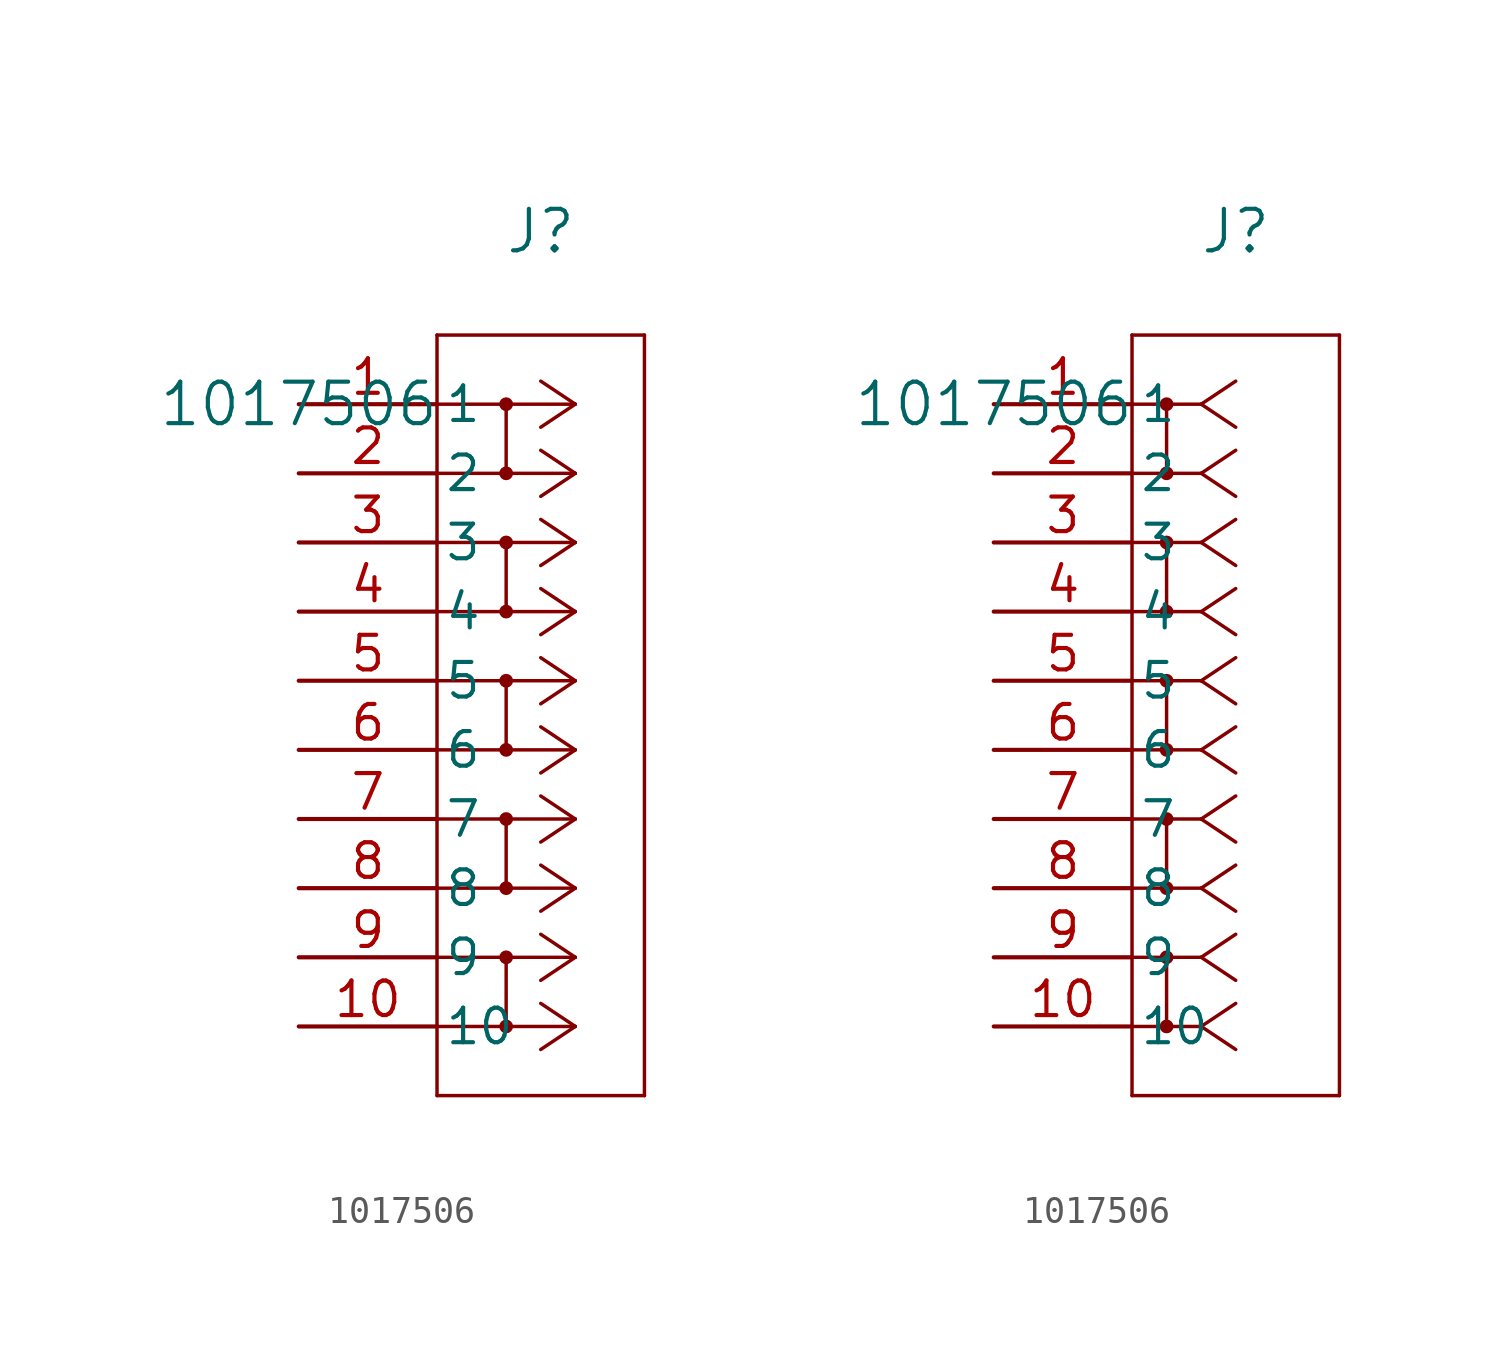
<source format=kicad_sym>
(kicad_symbol_lib
  (version 20211014)
  (generator kicad_symbol_editor)
  (symbol "1017506"
    (pin_names
      (offset 0.254))
    (property "Reference" "J"
      (at 8.89 6.35 0)
      (effects (font (size 1.524 1.524))))
    (property "Value" "1017506"
      (at 0 0 0)
      (effects (font (size 1.524 1.524))))
    (symbol "1017506_1_1"
      (polyline (pts (xy 10.16 0) (xy 5.08 0)) (stroke (width 0.127) (type default) (color 0 0 0 0)) (fill (type none)))
      (polyline (pts (xy 10.16 -2.54) (xy 5.08 -2.54)) (stroke (width 0.127) (type default) (color 0 0 0 0)) (fill (type none)))
      (polyline (pts (xy 7.62 0) (xy 7.62 -2.54)) (stroke (width 0.127) (type default) (color 0 0 0 0)) (fill (type none)))
      (circle (center 7.62 -2.54) (radius 0.127) (stroke (width 0.254) (type default) (color 0 0 0 0)) (fill (type none)))
      (circle (center 7.62 0) (radius 0.127) (stroke (width 0.254) (type default) (color 0 0 0 0)) (fill (type none)))
      (polyline (pts (xy 10.16 -5.08) (xy 5.08 -5.08)) (stroke (width 0.127) (type default) (color 0 0 0 0)) (fill (type none)))
      (polyline (pts (xy 10.16 -7.62) (xy 5.08 -7.62)) (stroke (width 0.127) (type default) (color 0 0 0 0)) (fill (type none)))
      (polyline (pts (xy 7.62 -5.08) (xy 7.62 -7.62)) (stroke (width 0.127) (type default) (color 0 0 0 0)) (fill (type none)))
      (circle (center 7.62 -7.62) (radius 0.127) (stroke (width 0.254) (type default) (color 0 0 0 0)) (fill (type none)))
      (circle (center 7.62 -5.08) (radius 0.127) (stroke (width 0.254) (type default) (color 0 0 0 0)) (fill (type none)))
      (polyline (pts (xy 10.16 0) (xy 8.89 0.847)) (stroke (width 0.127) (type default) (color 0 0 0 0)) (fill (type none)))
      (polyline (pts (xy 10.16 -2.54) (xy 8.89 -1.693)) (stroke (width 0.127) (type default) (color 0 0 0 0)) (fill (type none)))
      (polyline (pts (xy 10.16 -5.08) (xy 8.89 -4.233)) (stroke (width 0.127) (type default) (color 0 0 0 0)) (fill (type none)))
      (polyline (pts (xy 10.16 -7.62) (xy 8.89 -6.773)) (stroke (width 0.127) (type default) (color 0 0 0 0)) (fill (type none)))
      (polyline (pts (xy 10.16 -5.08) (xy 8.89 -5.927)) (stroke (width 0.127) (type default) (color 0 0 0 0)) (fill (type none)))
      (polyline (pts (xy 10.16 -7.62) (xy 8.89 -8.467)) (stroke (width 0.127) (type default) (color 0 0 0 0)) (fill (type none)))
      (polyline (pts (xy 10.16 -10.16) (xy 5.08 -10.16)) (stroke (width 0.127) (type default) (color 0 0 0 0)) (fill (type none)))
      (polyline (pts (xy 10.16 -12.7) (xy 5.08 -12.7)) (stroke (width 0.127) (type default) (color 0 0 0 0)) (fill (type none)))
      (polyline (pts (xy 7.62 -10.16) (xy 7.62 -12.7)) (stroke (width 0.127) (type default) (color 0 0 0 0)) (fill (type none)))
      (circle (center 7.62 -12.7) (radius 0.127) (stroke (width 0.254) (type default) (color 0 0 0 0)) (fill (type none)))
      (polyline (pts (xy 10.16 0) (xy 8.89 -0.847)) (stroke (width 0.127) (type default) (color 0 0 0 0)) (fill (type none)))
      (polyline (pts (xy 10.16 -2.54) (xy 8.89 -3.387)) (stroke (width 0.127) (type default) (color 0 0 0 0)) (fill (type none)))
      (circle (center 7.62 -10.16) (radius 0.127) (stroke (width 0.254) (type default) (color 0 0 0 0)) (fill (type none)))
      (polyline (pts (xy 10.16 -15.24) (xy 5.08 -15.24)) (stroke (width 0.127) (type default) (color 0 0 0 0)) (fill (type none)))
      (polyline (pts (xy 10.16 -17.78) (xy 5.08 -17.78)) (stroke (width 0.127) (type default) (color 0 0 0 0)) (fill (type none)))
      (polyline (pts (xy 7.62 -15.24) (xy 7.62 -17.78)) (stroke (width 0.127) (type default) (color 0 0 0 0)) (fill (type none)))
      (circle (center 7.62 -17.78) (radius 0.127) (stroke (width 0.254) (type default) (color 0 0 0 0)) (fill (type none)))
      (circle (center 7.62 -15.24) (radius 0.127) (stroke (width 0.254) (type default) (color 0 0 0 0)) (fill (type none)))
      (polyline (pts (xy 10.16 -10.16) (xy 8.89 -9.313)) (stroke (width 0.127) (type default) (color 0 0 0 0)) (fill (type none)))
      (polyline (pts (xy 10.16 -12.7) (xy 8.89 -11.853)) (stroke (width 0.127) (type default) (color 0 0 0 0)) (fill (type none)))
      (polyline (pts (xy 5.08 2.54) (xy 5.08 -25.4)) (stroke (width 0.127) (type default) (color 0 0 0 0)) (fill (type none)))
      (polyline (pts (xy 5.08 -25.4) (xy 12.7 -25.4)) (stroke (width 0.127) (type default) (color 0 0 0 0)) (fill (type none)))
      (polyline (pts (xy 12.7 -25.4) (xy 12.7 2.54)) (stroke (width 0.127) (type default) (color 0 0 0 0)) (fill (type none)))
      (polyline (pts (xy 12.7 2.54) (xy 5.08 2.54)) (stroke (width 0.127) (type default) (color 0 0 0 0)) (fill (type none)))
      (polyline (pts (xy 10.16 -15.24) (xy 8.89 -14.393)) (stroke (width 0.127) (type default) (color 0 0 0 0)) (fill (type none)))
      (polyline (pts (xy 10.16 -17.78) (xy 8.89 -16.933)) (stroke (width 0.127) (type default) (color 0 0 0 0)) (fill (type none)))
      (polyline (pts (xy 10.16 -15.24) (xy 8.89 -16.087)) (stroke (width 0.127) (type default) (color 0 0 0 0)) (fill (type none)))
      (polyline (pts (xy 10.16 -17.78) (xy 8.89 -18.627)) (stroke (width 0.127) (type default) (color 0 0 0 0)) (fill (type none)))
      (polyline (pts (xy 10.16 -10.16) (xy 8.89 -11.007)) (stroke (width 0.127) (type default) (color 0 0 0 0)) (fill (type none)))
      (polyline (pts (xy 10.16 -12.7) (xy 8.89 -13.547)) (stroke (width 0.127) (type default) (color 0 0 0 0)) (fill (type none)))
      (polyline (pts (xy 10.16 -20.32) (xy 5.08 -20.32)) (stroke (width 0.127) (type default) (color 0 0 0 0)) (fill (type none)))
      (polyline (pts (xy 10.16 -22.86) (xy 5.08 -22.86)) (stroke (width 0.127) (type default) (color 0 0 0 0)) (fill (type none)))
      (polyline (pts (xy 7.62 -20.32) (xy 7.62 -22.86)) (stroke (width 0.127) (type default) (color 0 0 0 0)) (fill (type none)))
      (circle (center 7.62 -22.86) (radius 0.127) (stroke (width 0.254) (type default) (color 0 0 0 0)) (fill (type none)))
      (circle (center 7.62 -20.32) (radius 0.127) (stroke (width 0.254) (type default) (color 0 0 0 0)) (fill (type none)))
      (polyline (pts (xy 10.16 -20.32) (xy 8.89 -19.473)) (stroke (width 0.127) (type default) (color 0 0 0 0)) (fill (type none)))
      (polyline (pts (xy 10.16 -22.86) (xy 8.89 -22.013)) (stroke (width 0.127) (type default) (color 0 0 0 0)) (fill (type none)))
      (polyline (pts (xy 10.16 -20.32) (xy 8.89 -21.167)) (stroke (width 0.127) (type default) (color 0 0 0 0)) (fill (type none)))
      (polyline (pts (xy 10.16 -22.86) (xy 8.89 -23.707)) (stroke (width 0.127) (type default) (color 0 0 0 0)) (fill (type none)))
      (pin unspecified line (at 0 0 0) (length 5.08) (name "1" (effects (font (size 1.27 1.27)))) (number "1" (effects (font (size 1.27 1.27)))))
      (pin unspecified line (at 0 -2.54 0) (length 5.08) (name "2" (effects (font (size 1.27 1.27)))) (number "2" (effects (font (size 1.27 1.27)))))
      (pin unspecified line (at 0 -5.08 0) (length 5.08) (name "3" (effects (font (size 1.27 1.27)))) (number "3" (effects (font (size 1.27 1.27)))))
      (pin unspecified line (at 0 -7.62 0) (length 5.08) (name "4" (effects (font (size 1.27 1.27)))) (number "4" (effects (font (size 1.27 1.27)))))
      (pin unspecified line (at 0 -10.16 0) (length 5.08) (name "5" (effects (font (size 1.27 1.27)))) (number "5" (effects (font (size 1.27 1.27)))))
      (pin unspecified line (at 0 -12.7 0) (length 5.08) (name "6" (effects (font (size 1.27 1.27)))) (number "6" (effects (font (size 1.27 1.27)))))
      (pin unspecified line (at 0 -15.24 0) (length 5.08) (name "7" (effects (font (size 1.27 1.27)))) (number "7" (effects (font (size 1.27 1.27)))))
      (pin unspecified line (at 0 -17.78 0) (length 5.08) (name "8" (effects (font (size 1.27 1.27)))) (number "8" (effects (font (size 1.27 1.27)))))
      (pin unspecified line (at 0 -20.32 0) (length 5.08) (name "9" (effects (font (size 1.27 1.27)))) (number "9" (effects (font (size 1.27 1.27)))))
      (pin unspecified line (at 0 -22.86 0) (length 5.08) (name "10" (effects (font (size 1.27 1.27)))) (number "10" (effects (font (size 1.27 1.27))))))
    (symbol "1017506_1_2"
      (polyline (pts (xy 7.62 0) (xy 5.08 0)) (stroke (width 0.127) (type default) (color 0 0 0 0)) (fill (type none)))
      (polyline (pts (xy 7.62 -2.54) (xy 5.08 -2.54)) (stroke (width 0.127) (type default) (color 0 0 0 0)) (fill (type none)))
      (polyline (pts (xy 6.35 0) (xy 6.35 -2.54)) (stroke (width 0.127) (type default) (color 0 0 0 0)) (fill (type none)))
      (circle (center 6.35 -2.54) (radius 0.127) (stroke (width 0.254) (type default) (color 0 0 0 0)) (fill (type none)))
      (circle (center 6.35 0) (radius 0.127) (stroke (width 0.254) (type default) (color 0 0 0 0)) (fill (type none)))
      (polyline (pts (xy 7.62 -20.32) (xy 5.08 -20.32)) (stroke (width 0.127) (type default) (color 0 0 0 0)) (fill (type none)))
      (polyline (pts (xy 7.62 -22.86) (xy 5.08 -22.86)) (stroke (width 0.127) (type default) (color 0 0 0 0)) (fill (type none)))
      (polyline (pts (xy 6.35 -20.32) (xy 6.35 -22.86)) (stroke (width 0.127) (type default) (color 0 0 0 0)) (fill (type none)))
      (circle (center 6.35 -22.86) (radius 0.127) (stroke (width 0.254) (type default) (color 0 0 0 0)) (fill (type none)))
      (circle (center 6.35 -20.32) (radius 0.127) (stroke (width 0.254) (type default) (color 0 0 0 0)) (fill (type none)))
      (polyline (pts (xy 7.62 0) (xy 8.89 0.847)) (stroke (width 0.127) (type default) (color 0 0 0 0)) (fill (type none)))
      (polyline (pts (xy 7.62 -2.54) (xy 8.89 -1.693)) (stroke (width 0.127) (type default) (color 0 0 0 0)) (fill (type none)))
      (polyline (pts (xy 7.62 -20.32) (xy 8.89 -19.473)) (stroke (width 0.127) (type default) (color 0 0 0 0)) (fill (type none)))
      (polyline (pts (xy 7.62 -22.86) (xy 8.89 -22.013)) (stroke (width 0.127) (type default) (color 0 0 0 0)) (fill (type none)))
      (polyline (pts (xy 7.62 -20.32) (xy 8.89 -21.167)) (stroke (width 0.127) (type default) (color 0 0 0 0)) (fill (type none)))
      (polyline (pts (xy 7.62 -22.86) (xy 8.89 -23.707)) (stroke (width 0.127) (type default) (color 0 0 0 0)) (fill (type none)))
      (polyline (pts (xy 7.62 -5.08) (xy 5.08 -5.08)) (stroke (width 0.127) (type default) (color 0 0 0 0)) (fill (type none)))
      (polyline (pts (xy 7.62 -7.62) (xy 5.08 -7.62)) (stroke (width 0.127) (type default) (color 0 0 0 0)) (fill (type none)))
      (polyline (pts (xy 6.35 -5.08) (xy 6.35 -7.62)) (stroke (width 0.127) (type default) (color 0 0 0 0)) (fill (type none)))
      (circle (center 6.35 -7.62) (radius 0.127) (stroke (width 0.254) (type default) (color 0 0 0 0)) (fill (type none)))
      (polyline (pts (xy 7.62 0) (xy 8.89 -0.847)) (stroke (width 0.127) (type default) (color 0 0 0 0)) (fill (type none)))
      (polyline (pts (xy 7.62 -2.54) (xy 8.89 -3.387)) (stroke (width 0.127) (type default) (color 0 0 0 0)) (fill (type none)))
      (circle (center 6.35 -5.08) (radius 0.127) (stroke (width 0.254) (type default) (color 0 0 0 0)) (fill (type none)))
      (polyline (pts (xy 7.62 -5.08) (xy 8.89 -4.233)) (stroke (width 0.127) (type default) (color 0 0 0 0)) (fill (type none)))
      (polyline (pts (xy 7.62 -7.62) (xy 8.89 -6.773)) (stroke (width 0.127) (type default) (color 0 0 0 0)) (fill (type none)))
      (polyline (pts (xy 7.62 -5.08) (xy 8.89 -5.927)) (stroke (width 0.127) (type default) (color 0 0 0 0)) (fill (type none)))
      (polyline (pts (xy 7.62 -7.62) (xy 8.89 -8.467)) (stroke (width 0.127) (type default) (color 0 0 0 0)) (fill (type none)))
      (polyline (pts (xy 7.62 -10.16) (xy 5.08 -10.16)) (stroke (width 0.127) (type default) (color 0 0 0 0)) (fill (type none)))
      (polyline (pts (xy 7.62 -12.7) (xy 5.08 -12.7)) (stroke (width 0.127) (type default) (color 0 0 0 0)) (fill (type none)))
      (polyline (pts (xy 6.35 -10.16) (xy 6.35 -12.7)) (stroke (width 0.127) (type default) (color 0 0 0 0)) (fill (type none)))
      (polyline (pts (xy 5.08 2.54) (xy 5.08 -25.4)) (stroke (width 0.127) (type default) (color 0 0 0 0)) (fill (type none)))
      (polyline (pts (xy 5.08 -25.4) (xy 12.7 -25.4)) (stroke (width 0.127) (type default) (color 0 0 0 0)) (fill (type none)))
      (polyline (pts (xy 12.7 -25.4) (xy 12.7 2.54)) (stroke (width 0.127) (type default) (color 0 0 0 0)) (fill (type none)))
      (polyline (pts (xy 12.7 2.54) (xy 5.08 2.54)) (stroke (width 0.127) (type default) (color 0 0 0 0)) (fill (type none)))
      (circle (center 6.35 -12.7) (radius 0.127) (stroke (width 0.254) (type default) (color 0 0 0 0)) (fill (type none)))
      (circle (center 6.35 -10.16) (radius 0.127) (stroke (width 0.254) (type default) (color 0 0 0 0)) (fill (type none)))
      (polyline (pts (xy 7.62 -10.16) (xy 8.89 -9.313)) (stroke (width 0.127) (type default) (color 0 0 0 0)) (fill (type none)))
      (polyline (pts (xy 7.62 -12.7) (xy 8.89 -11.853)) (stroke (width 0.127) (type default) (color 0 0 0 0)) (fill (type none)))
      (polyline (pts (xy 7.62 -15.24) (xy 5.08 -15.24)) (stroke (width 0.127) (type default) (color 0 0 0 0)) (fill (type none)))
      (polyline (pts (xy 7.62 -17.78) (xy 5.08 -17.78)) (stroke (width 0.127) (type default) (color 0 0 0 0)) (fill (type none)))
      (polyline (pts (xy 6.35 -15.24) (xy 6.35 -17.78)) (stroke (width 0.127) (type default) (color 0 0 0 0)) (fill (type none)))
      (circle (center 6.35 -17.78) (radius 0.127) (stroke (width 0.254) (type default) (color 0 0 0 0)) (fill (type none)))
      (polyline (pts (xy 7.62 -10.16) (xy 8.89 -11.007)) (stroke (width 0.127) (type default) (color 0 0 0 0)) (fill (type none)))
      (polyline (pts (xy 7.62 -12.7) (xy 8.89 -13.547)) (stroke (width 0.127) (type default) (color 0 0 0 0)) (fill (type none)))
      (circle (center 6.35 -15.24) (radius 0.127) (stroke (width 0.254) (type default) (color 0 0 0 0)) (fill (type none)))
      (polyline (pts (xy 7.62 -15.24) (xy 8.89 -14.393)) (stroke (width 0.127) (type default) (color 0 0 0 0)) (fill (type none)))
      (polyline (pts (xy 7.62 -17.78) (xy 8.89 -16.933)) (stroke (width 0.127) (type default) (color 0 0 0 0)) (fill (type none)))
      (polyline (pts (xy 7.62 -15.24) (xy 8.89 -16.087)) (stroke (width 0.127) (type default) (color 0 0 0 0)) (fill (type none)))
      (polyline (pts (xy 7.62 -17.78) (xy 8.89 -18.627)) (stroke (width 0.127) (type default) (color 0 0 0 0)) (fill (type none)))
      (pin unspecified line (at 0 0 0) (length 5.08) (name "1" (effects (font (size 1.27 1.27)))) (number "1" (effects (font (size 1.27 1.27)))))
      (pin unspecified line (at 0 -2.54 0) (length 5.08) (name "2" (effects (font (size 1.27 1.27)))) (number "2" (effects (font (size 1.27 1.27)))))
      (pin unspecified line (at 0 -5.08 0) (length 5.08) (name "3" (effects (font (size 1.27 1.27)))) (number "3" (effects (font (size 1.27 1.27)))))
      (pin unspecified line (at 0 -7.62 0) (length 5.08) (name "4" (effects (font (size 1.27 1.27)))) (number "4" (effects (font (size 1.27 1.27)))))
      (pin unspecified line (at 0 -10.16 0) (length 5.08) (name "5" (effects (font (size 1.27 1.27)))) (number "5" (effects (font (size 1.27 1.27)))))
      (pin unspecified line (at 0 -12.7 0) (length 5.08) (name "6" (effects (font (size 1.27 1.27)))) (number "6" (effects (font (size 1.27 1.27)))))
      (pin unspecified line (at 0 -15.24 0) (length 5.08) (name "7" (effects (font (size 1.27 1.27)))) (number "7" (effects (font (size 1.27 1.27)))))
      (pin unspecified line (at 0 -17.78 0) (length 5.08) (name "8" (effects (font (size 1.27 1.27)))) (number "8" (effects (font (size 1.27 1.27)))))
      (pin unspecified line (at 0 -20.32 0) (length 5.08) (name "9" (effects (font (size 1.27 1.27)))) (number "9" (effects (font (size 1.27 1.27)))))
      (pin unspecified line (at 0 -22.86 0) (length 5.08) (name "10" (effects (font (size 1.27 1.27)))) (number "10" (effects (font (size 1.27 1.27))))))))
</source>
